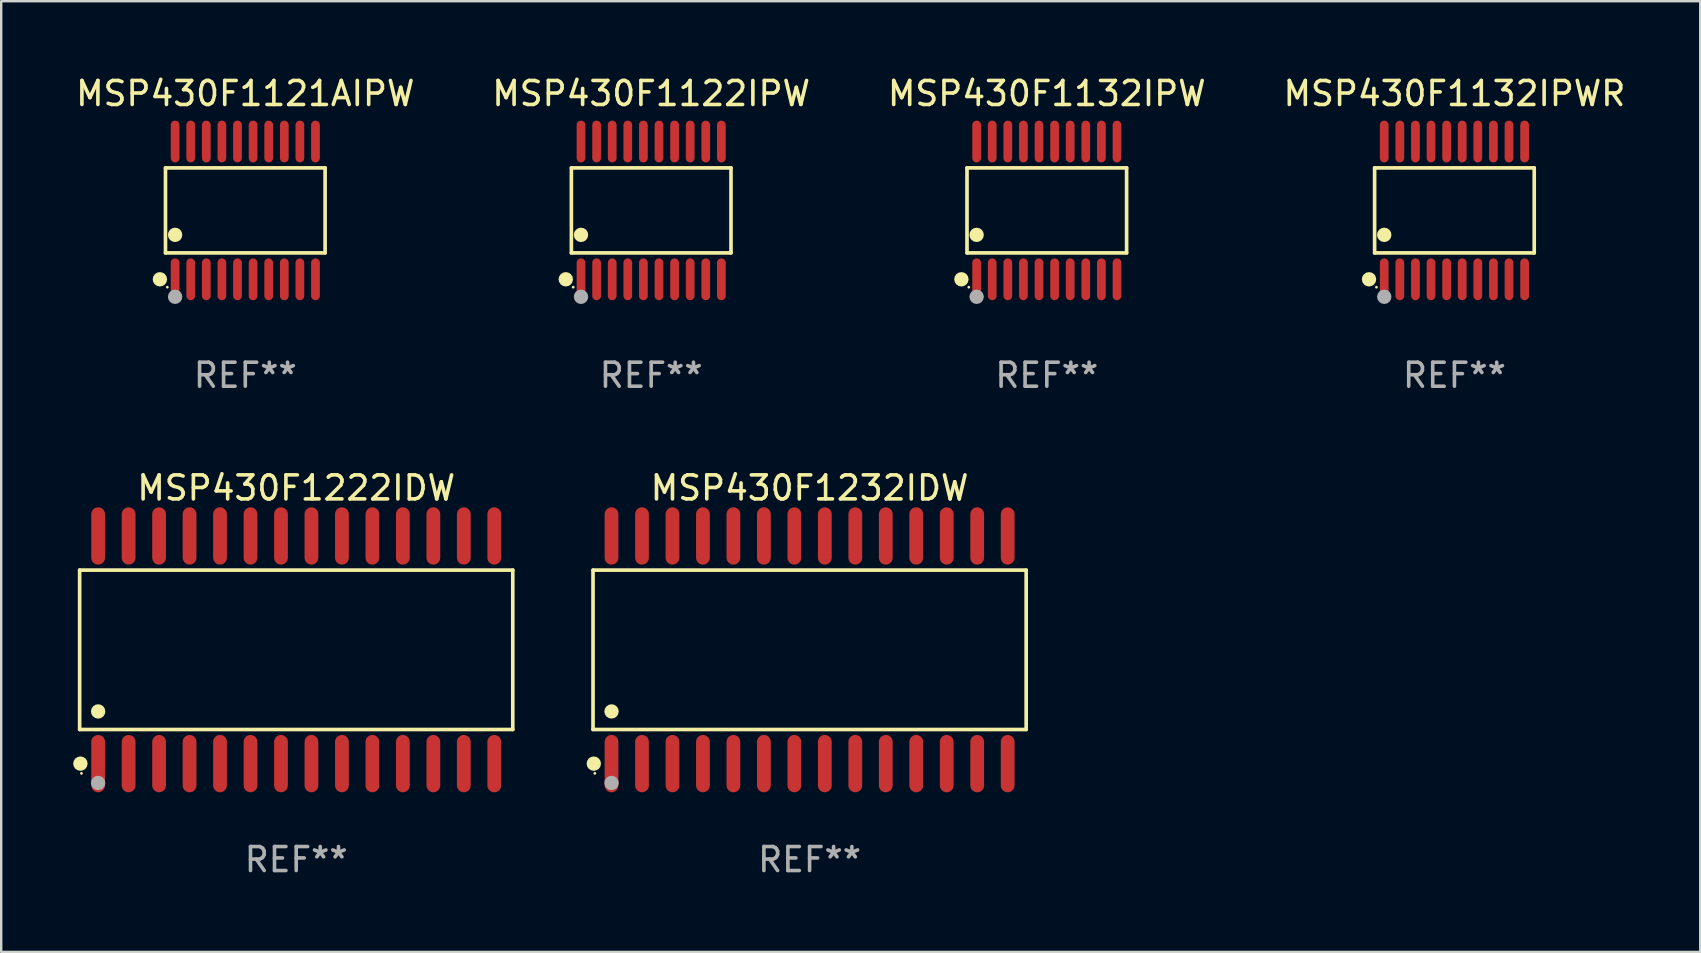
<source format=kicad_pcb>
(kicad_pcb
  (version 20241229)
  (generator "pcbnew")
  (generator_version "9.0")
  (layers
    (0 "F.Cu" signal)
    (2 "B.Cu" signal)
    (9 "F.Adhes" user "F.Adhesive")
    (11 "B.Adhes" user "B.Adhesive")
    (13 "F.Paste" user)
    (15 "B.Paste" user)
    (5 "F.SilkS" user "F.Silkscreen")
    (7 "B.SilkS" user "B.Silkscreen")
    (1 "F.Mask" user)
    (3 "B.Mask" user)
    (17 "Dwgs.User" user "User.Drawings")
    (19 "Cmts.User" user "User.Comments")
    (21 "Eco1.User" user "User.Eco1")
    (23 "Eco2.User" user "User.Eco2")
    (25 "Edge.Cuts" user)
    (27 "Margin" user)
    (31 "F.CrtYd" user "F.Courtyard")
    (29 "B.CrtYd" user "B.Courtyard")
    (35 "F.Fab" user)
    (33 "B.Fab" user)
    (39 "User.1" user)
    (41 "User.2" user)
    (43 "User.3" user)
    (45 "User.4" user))
  (footprint "MSP430F1122IPW"
    (layer "F.Cu")
    (at 24.089 5.719)
    (property "Reference" "MSP430F1122IPW" (at 0 -4.871 0) (layer "F.SilkS") (effects (font (size 1 1) (thickness 0.15))))
    (attr through_hole)
    (fp_line (start -3.326 -1.771) (end 3.326 -1.771) (stroke (width 0.152) (type solid)) (layer "F.SilkS"))
    (fp_line (start -3.326 1.771) (end -3.326 -1.771) (stroke (width 0.152) (type solid)) (layer "F.SilkS"))
    (fp_line (start 3.326 -1.771) (end 3.326 1.771) (stroke (width 0.152) (type solid)) (layer "F.SilkS"))
    (fp_line (start 3.326 1.771) (end -3.326 1.771) (stroke (width 0.152) (type solid)) (layer "F.SilkS"))
    (fp_circle (center -3.559 2.871) (end -3.409 2.871) (stroke (width 0.3) (type solid)) (fill no) (layer "F.SilkS"))
    (fp_circle (center -3.25 3.2) (end -3.22 3.2) (stroke (width 0.06) (type solid)) (fill no) (layer "F.SilkS"))
    (fp_circle (center -2.925 1.019) (end -2.775 1.019) (stroke (width 0.3) (type solid)) (fill no) (layer "F.SilkS"))
    (fp_circle (center -2.925 3.6) (end -2.775 3.6) (stroke (width 0.3) (type solid)) (fill no) (layer "F.Fab"))
    (fp_text user "REF**" (at 0 6.871 0) (layer "F.Fab") (effects (font (size 1 1) (thickness 0.15))))
    (pad "1" smd oval (at -2.925 2.871) (size 0.364 1.742) (layers "F.Cu" "F.Mask" "F.Paste"))
    (pad "2" smd oval (at -2.275 2.871) (size 0.364 1.742) (layers "F.Cu" "F.Mask" "F.Paste"))
    (pad "3" smd oval (at -1.625 2.871) (size 0.364 1.742) (layers "F.Cu" "F.Mask" "F.Paste"))
    (pad "4" smd oval (at -0.975 2.871) (size 0.364 1.742) (layers "F.Cu" "F.Mask" "F.Paste"))
    (pad "5" smd oval (at -0.325 2.871) (size 0.364 1.742) (layers "F.Cu" "F.Mask" "F.Paste"))
    (pad "6" smd oval (at 0.325 2.871) (size 0.364 1.742) (layers "F.Cu" "F.Mask" "F.Paste"))
    (pad "7" smd oval (at 0.975 2.871) (size 0.364 1.742) (layers "F.Cu" "F.Mask" "F.Paste"))
    (pad "8" smd oval (at 1.625 2.871) (size 0.364 1.742) (layers "F.Cu" "F.Mask" "F.Paste"))
    (pad "9" smd oval (at 2.275 2.871) (size 0.364 1.742) (layers "F.Cu" "F.Mask" "F.Paste"))
    (pad "10" smd oval (at 2.925 2.871) (size 0.364 1.742) (layers "F.Cu" "F.Mask" "F.Paste"))
    (pad "11" smd oval (at 2.925 -2.871) (size 0.364 1.742) (layers "F.Cu" "F.Mask" "F.Paste"))
    (pad "12" smd oval (at 2.275 -2.871) (size 0.364 1.742) (layers "F.Cu" "F.Mask" "F.Paste"))
    (pad "13" smd oval (at 1.625 -2.871) (size 0.364 1.742) (layers "F.Cu" "F.Mask" "F.Paste"))
    (pad "14" smd oval (at 0.975 -2.871) (size 0.364 1.742) (layers "F.Cu" "F.Mask" "F.Paste"))
    (pad "15" smd oval (at 0.325 -2.871) (size 0.364 1.742) (layers "F.Cu" "F.Mask" "F.Paste"))
    (pad "16" smd oval (at -0.325 -2.871) (size 0.364 1.742) (layers "F.Cu" "F.Mask" "F.Paste"))
    (pad "17" smd oval (at -0.975 -2.871) (size 0.364 1.742) (layers "F.Cu" "F.Mask" "F.Paste"))
    (pad "18" smd oval (at -1.625 -2.871) (size 0.364 1.742) (layers "F.Cu" "F.Mask" "F.Paste"))
    (pad "19" smd oval (at -2.275 -2.871) (size 0.364 1.742) (layers "F.Cu" "F.Mask" "F.Paste"))
    (pad "20" smd oval (at -2.925 -2.871) (size 0.364 1.742) (layers "F.Cu" "F.Mask" "F.Paste")))
  (footprint "MSP430F1222IDW"
    (layer "F.Cu")
    (at 9.295 24.031)
    (property "Reference" "MSP430F1222IDW" (at 0 -6.744 0) (layer "F.SilkS") (effects (font (size 1 1) (thickness 0.15))))
    (attr through_hole)
    (fp_line (start -9.026 -3.321) (end 9.026 -3.321) (stroke (width 0.152) (type solid)) (layer "F.SilkS"))
    (fp_line (start -9.026 3.321) (end -9.026 -3.321) (stroke (width 0.152) (type solid)) (layer "F.SilkS"))
    (fp_line (start 9.026 -3.321) (end 9.026 3.321) (stroke (width 0.152) (type solid)) (layer "F.SilkS"))
    (fp_line (start 9.026 3.321) (end -9.026 3.321) (stroke (width 0.152) (type solid)) (layer "F.SilkS"))
    (fp_circle (center -8.994 4.744) (end -8.844 4.744) (stroke (width 0.3) (type solid)) (fill no) (layer "F.SilkS"))
    (fp_circle (center -8.95 5.15) (end -8.92 5.15) (stroke (width 0.06) (type solid)) (fill no) (layer "F.SilkS"))
    (fp_circle (center -8.255 2.569) (end -8.105 2.569) (stroke (width 0.3) (type solid)) (fill no) (layer "F.SilkS"))
    (fp_circle (center -8.255 5.55) (end -8.105 5.55) (stroke (width 0.3) (type solid)) (fill no) (layer "F.Fab"))
    (fp_text user "REF**" (at 0 8.744 0) (layer "F.Fab") (effects (font (size 1 1) (thickness 0.15))))
    (pad "1" smd oval (at -8.255 4.744) (size 0.574 2.388) (layers "F.Cu" "F.Mask" "F.Paste"))
    (pad "2" smd oval (at -6.985 4.744) (size 0.574 2.388) (layers "F.Cu" "F.Mask" "F.Paste"))
    (pad "3" smd oval (at -5.715 4.744) (size 0.574 2.388) (layers "F.Cu" "F.Mask" "F.Paste"))
    (pad "4" smd oval (at -4.445 4.744) (size 0.574 2.388) (layers "F.Cu" "F.Mask" "F.Paste"))
    (pad "5" smd oval (at -3.175 4.744) (size 0.574 2.388) (layers "F.Cu" "F.Mask" "F.Paste"))
    (pad "6" smd oval (at -1.905 4.744) (size 0.574 2.388) (layers "F.Cu" "F.Mask" "F.Paste"))
    (pad "7" smd oval (at -0.635 4.744) (size 0.574 2.388) (layers "F.Cu" "F.Mask" "F.Paste"))
    (pad "8" smd oval (at 0.635 4.744) (size 0.574 2.388) (layers "F.Cu" "F.Mask" "F.Paste"))
    (pad "9" smd oval (at 1.905 4.744) (size 0.574 2.388) (layers "F.Cu" "F.Mask" "F.Paste"))
    (pad "10" smd oval (at 3.175 4.744) (size 0.574 2.388) (layers "F.Cu" "F.Mask" "F.Paste"))
    (pad "11" smd oval (at 4.445 4.744) (size 0.574 2.388) (layers "F.Cu" "F.Mask" "F.Paste"))
    (pad "12" smd oval (at 5.715 4.744) (size 0.574 2.388) (layers "F.Cu" "F.Mask" "F.Paste"))
    (pad "13" smd oval (at 6.985 4.744) (size 0.574 2.388) (layers "F.Cu" "F.Mask" "F.Paste"))
    (pad "14" smd oval (at 8.255 4.744) (size 0.574 2.388) (layers "F.Cu" "F.Mask" "F.Paste"))
    (pad "15" smd oval (at 8.255 -4.744) (size 0.574 2.388) (layers "F.Cu" "F.Mask" "F.Paste"))
    (pad "16" smd oval (at 6.985 -4.744) (size 0.574 2.388) (layers "F.Cu" "F.Mask" "F.Paste"))
    (pad "17" smd oval (at 5.715 -4.744) (size 0.574 2.388) (layers "F.Cu" "F.Mask" "F.Paste"))
    (pad "18" smd oval (at 4.445 -4.744) (size 0.574 2.388) (layers "F.Cu" "F.Mask" "F.Paste"))
    (pad "19" smd oval (at 3.175 -4.744) (size 0.574 2.388) (layers "F.Cu" "F.Mask" "F.Paste"))
    (pad "20" smd oval (at 1.905 -4.744) (size 0.574 2.388) (layers "F.Cu" "F.Mask" "F.Paste"))
    (pad "21" smd oval (at 0.635 -4.744) (size 0.574 2.388) (layers "F.Cu" "F.Mask" "F.Paste"))
    (pad "22" smd oval (at -0.635 -4.744) (size 0.574 2.388) (layers "F.Cu" "F.Mask" "F.Paste"))
    (pad "23" smd oval (at -1.905 -4.744) (size 0.574 2.388) (layers "F.Cu" "F.Mask" "F.Paste"))
    (pad "24" smd oval (at -3.175 -4.744) (size 0.574 2.388) (layers "F.Cu" "F.Mask" "F.Paste"))
    (pad "25" smd oval (at -4.445 -4.744) (size 0.574 2.388) (layers "F.Cu" "F.Mask" "F.Paste"))
    (pad "26" smd oval (at -5.715 -4.744) (size 0.574 2.388) (layers "F.Cu" "F.Mask" "F.Paste"))
    (pad "27" smd oval (at -6.985 -4.744) (size 0.574 2.388) (layers "F.Cu" "F.Mask" "F.Paste"))
    (pad "28" smd oval (at -8.255 -4.744) (size 0.574 2.388) (layers "F.Cu" "F.Mask" "F.Paste")))
  (footprint "MSP430F1121AIPW"
    (layer "F.Cu")
    (at 7.173 5.719)
    (property "Reference" "MSP430F1121AIPW" (at 0 -4.871 0) (layer "F.SilkS") (effects (font (size 1 1) (thickness 0.15))))
    (attr through_hole)
    (fp_line (start -3.326 -1.771) (end 3.326 -1.771) (stroke (width 0.152) (type solid)) (layer "F.SilkS"))
    (fp_line (start -3.326 1.771) (end -3.326 -1.771) (stroke (width 0.152) (type solid)) (layer "F.SilkS"))
    (fp_line (start 3.326 -1.771) (end 3.326 1.771) (stroke (width 0.152) (type solid)) (layer "F.SilkS"))
    (fp_line (start 3.326 1.771) (end -3.326 1.771) (stroke (width 0.152) (type solid)) (layer "F.SilkS"))
    (fp_circle (center -3.559 2.871) (end -3.409 2.871) (stroke (width 0.3) (type solid)) (fill no) (layer "F.SilkS"))
    (fp_circle (center -3.25 3.2) (end -3.22 3.2) (stroke (width 0.06) (type solid)) (fill no) (layer "F.SilkS"))
    (fp_circle (center -2.925 1.019) (end -2.775 1.019) (stroke (width 0.3) (type solid)) (fill no) (layer "F.SilkS"))
    (fp_circle (center -2.925 3.6) (end -2.775 3.6) (stroke (width 0.3) (type solid)) (fill no) (layer "F.Fab"))
    (fp_text user "REF**" (at 0 6.871 0) (layer "F.Fab") (effects (font (size 1 1) (thickness 0.15))))
    (pad "1" smd oval (at -2.925 2.871) (size 0.364 1.742) (layers "F.Cu" "F.Mask" "F.Paste"))
    (pad "2" smd oval (at -2.275 2.871) (size 0.364 1.742) (layers "F.Cu" "F.Mask" "F.Paste"))
    (pad "3" smd oval (at -1.625 2.871) (size 0.364 1.742) (layers "F.Cu" "F.Mask" "F.Paste"))
    (pad "4" smd oval (at -0.975 2.871) (size 0.364 1.742) (layers "F.Cu" "F.Mask" "F.Paste"))
    (pad "5" smd oval (at -0.325 2.871) (size 0.364 1.742) (layers "F.Cu" "F.Mask" "F.Paste"))
    (pad "6" smd oval (at 0.325 2.871) (size 0.364 1.742) (layers "F.Cu" "F.Mask" "F.Paste"))
    (pad "7" smd oval (at 0.975 2.871) (size 0.364 1.742) (layers "F.Cu" "F.Mask" "F.Paste"))
    (pad "8" smd oval (at 1.625 2.871) (size 0.364 1.742) (layers "F.Cu" "F.Mask" "F.Paste"))
    (pad "9" smd oval (at 2.275 2.871) (size 0.364 1.742) (layers "F.Cu" "F.Mask" "F.Paste"))
    (pad "10" smd oval (at 2.925 2.871) (size 0.364 1.742) (layers "F.Cu" "F.Mask" "F.Paste"))
    (pad "11" smd oval (at 2.925 -2.871) (size 0.364 1.742) (layers "F.Cu" "F.Mask" "F.Paste"))
    (pad "12" smd oval (at 2.275 -2.871) (size 0.364 1.742) (layers "F.Cu" "F.Mask" "F.Paste"))
    (pad "13" smd oval (at 1.625 -2.871) (size 0.364 1.742) (layers "F.Cu" "F.Mask" "F.Paste"))
    (pad "14" smd oval (at 0.975 -2.871) (size 0.364 1.742) (layers "F.Cu" "F.Mask" "F.Paste"))
    (pad "15" smd oval (at 0.325 -2.871) (size 0.364 1.742) (layers "F.Cu" "F.Mask" "F.Paste"))
    (pad "16" smd oval (at -0.325 -2.871) (size 0.364 1.742) (layers "F.Cu" "F.Mask" "F.Paste"))
    (pad "17" smd oval (at -0.975 -2.871) (size 0.364 1.742) (layers "F.Cu" "F.Mask" "F.Paste"))
    (pad "18" smd oval (at -1.625 -2.871) (size 0.364 1.742) (layers "F.Cu" "F.Mask" "F.Paste"))
    (pad "19" smd oval (at -2.275 -2.871) (size 0.364 1.742) (layers "F.Cu" "F.Mask" "F.Paste"))
    (pad "20" smd oval (at -2.925 -2.871) (size 0.364 1.742) (layers "F.Cu" "F.Mask" "F.Paste")))
  (footprint "MSP430F1132IPWR"
    (layer "F.Cu")
    (at 57.565 5.719)
    (property "Reference" "MSP430F1132IPWR" (at 0 -4.871 0) (layer "F.SilkS") (effects (font (size 1 1) (thickness 0.15))))
    (attr through_hole)
    (fp_line (start -3.326 -1.771) (end 3.326 -1.771) (stroke (width 0.152) (type solid)) (layer "F.SilkS"))
    (fp_line (start -3.326 1.771) (end -3.326 -1.771) (stroke (width 0.152) (type solid)) (layer "F.SilkS"))
    (fp_line (start 3.326 -1.771) (end 3.326 1.771) (stroke (width 0.152) (type solid)) (layer "F.SilkS"))
    (fp_line (start 3.326 1.771) (end -3.326 1.771) (stroke (width 0.152) (type solid)) (layer "F.SilkS"))
    (fp_circle (center -3.559 2.871) (end -3.409 2.871) (stroke (width 0.3) (type solid)) (fill no) (layer "F.SilkS"))
    (fp_circle (center -3.25 3.2) (end -3.22 3.2) (stroke (width 0.06) (type solid)) (fill no) (layer "F.SilkS"))
    (fp_circle (center -2.925 1.019) (end -2.775 1.019) (stroke (width 0.3) (type solid)) (fill no) (layer "F.SilkS"))
    (fp_circle (center -2.925 3.6) (end -2.775 3.6) (stroke (width 0.3) (type solid)) (fill no) (layer "F.Fab"))
    (fp_text user "REF**" (at 0 6.871 0) (layer "F.Fab") (effects (font (size 1 1) (thickness 0.15))))
    (pad "1" smd oval (at -2.925 2.871) (size 0.364 1.742) (layers "F.Cu" "F.Mask" "F.Paste"))
    (pad "2" smd oval (at -2.275 2.871) (size 0.364 1.742) (layers "F.Cu" "F.Mask" "F.Paste"))
    (pad "3" smd oval (at -1.625 2.871) (size 0.364 1.742) (layers "F.Cu" "F.Mask" "F.Paste"))
    (pad "4" smd oval (at -0.975 2.871) (size 0.364 1.742) (layers "F.Cu" "F.Mask" "F.Paste"))
    (pad "5" smd oval (at -0.325 2.871) (size 0.364 1.742) (layers "F.Cu" "F.Mask" "F.Paste"))
    (pad "6" smd oval (at 0.325 2.871) (size 0.364 1.742) (layers "F.Cu" "F.Mask" "F.Paste"))
    (pad "7" smd oval (at 0.975 2.871) (size 0.364 1.742) (layers "F.Cu" "F.Mask" "F.Paste"))
    (pad "8" smd oval (at 1.625 2.871) (size 0.364 1.742) (layers "F.Cu" "F.Mask" "F.Paste"))
    (pad "9" smd oval (at 2.275 2.871) (size 0.364 1.742) (layers "F.Cu" "F.Mask" "F.Paste"))
    (pad "10" smd oval (at 2.925 2.871) (size 0.364 1.742) (layers "F.Cu" "F.Mask" "F.Paste"))
    (pad "11" smd oval (at 2.925 -2.871) (size 0.364 1.742) (layers "F.Cu" "F.Mask" "F.Paste"))
    (pad "12" smd oval (at 2.275 -2.871) (size 0.364 1.742) (layers "F.Cu" "F.Mask" "F.Paste"))
    (pad "13" smd oval (at 1.625 -2.871) (size 0.364 1.742) (layers "F.Cu" "F.Mask" "F.Paste"))
    (pad "14" smd oval (at 0.975 -2.871) (size 0.364 1.742) (layers "F.Cu" "F.Mask" "F.Paste"))
    (pad "15" smd oval (at 0.325 -2.871) (size 0.364 1.742) (layers "F.Cu" "F.Mask" "F.Paste"))
    (pad "16" smd oval (at -0.325 -2.871) (size 0.364 1.742) (layers "F.Cu" "F.Mask" "F.Paste"))
    (pad "17" smd oval (at -0.975 -2.871) (size 0.364 1.742) (layers "F.Cu" "F.Mask" "F.Paste"))
    (pad "18" smd oval (at -1.625 -2.871) (size 0.364 1.742) (layers "F.Cu" "F.Mask" "F.Paste"))
    (pad "19" smd oval (at -2.275 -2.871) (size 0.364 1.742) (layers "F.Cu" "F.Mask" "F.Paste"))
    (pad "20" smd oval (at -2.925 -2.871) (size 0.364 1.742) (layers "F.Cu" "F.Mask" "F.Paste")))
  (footprint "MSP430F1232IDW"
    (layer "F.Cu")
    (at 30.691 24.031)
    (property "Reference" "MSP430F1232IDW" (at 0 -6.744 0) (layer "F.SilkS") (effects (font (size 1 1) (thickness 0.15))))
    (attr through_hole)
    (fp_line (start -9.026 -3.321) (end 9.026 -3.321) (stroke (width 0.152) (type solid)) (layer "F.SilkS"))
    (fp_line (start -9.026 3.321) (end -9.026 -3.321) (stroke (width 0.152) (type solid)) (layer "F.SilkS"))
    (fp_line (start 9.026 -3.321) (end 9.026 3.321) (stroke (width 0.152) (type solid)) (layer "F.SilkS"))
    (fp_line (start 9.026 3.321) (end -9.026 3.321) (stroke (width 0.152) (type solid)) (layer "F.SilkS"))
    (fp_circle (center -8.994 4.744) (end -8.844 4.744) (stroke (width 0.3) (type solid)) (fill no) (layer "F.SilkS"))
    (fp_circle (center -8.95 5.15) (end -8.92 5.15) (stroke (width 0.06) (type solid)) (fill no) (layer "F.SilkS"))
    (fp_circle (center -8.255 2.569) (end -8.105 2.569) (stroke (width 0.3) (type solid)) (fill no) (layer "F.SilkS"))
    (fp_circle (center -8.255 5.55) (end -8.105 5.55) (stroke (width 0.3) (type solid)) (fill no) (layer "F.Fab"))
    (fp_text user "REF**" (at 0 8.744 0) (layer "F.Fab") (effects (font (size 1 1) (thickness 0.15))))
    (pad "1" smd oval (at -8.255 4.744) (size 0.574 2.388) (layers "F.Cu" "F.Mask" "F.Paste"))
    (pad "2" smd oval (at -6.985 4.744) (size 0.574 2.388) (layers "F.Cu" "F.Mask" "F.Paste"))
    (pad "3" smd oval (at -5.715 4.744) (size 0.574 2.388) (layers "F.Cu" "F.Mask" "F.Paste"))
    (pad "4" smd oval (at -4.445 4.744) (size 0.574 2.388) (layers "F.Cu" "F.Mask" "F.Paste"))
    (pad "5" smd oval (at -3.175 4.744) (size 0.574 2.388) (layers "F.Cu" "F.Mask" "F.Paste"))
    (pad "6" smd oval (at -1.905 4.744) (size 0.574 2.388) (layers "F.Cu" "F.Mask" "F.Paste"))
    (pad "7" smd oval (at -0.635 4.744) (size 0.574 2.388) (layers "F.Cu" "F.Mask" "F.Paste"))
    (pad "8" smd oval (at 0.635 4.744) (size 0.574 2.388) (layers "F.Cu" "F.Mask" "F.Paste"))
    (pad "9" smd oval (at 1.905 4.744) (size 0.574 2.388) (layers "F.Cu" "F.Mask" "F.Paste"))
    (pad "10" smd oval (at 3.175 4.744) (size 0.574 2.388) (layers "F.Cu" "F.Mask" "F.Paste"))
    (pad "11" smd oval (at 4.445 4.744) (size 0.574 2.388) (layers "F.Cu" "F.Mask" "F.Paste"))
    (pad "12" smd oval (at 5.715 4.744) (size 0.574 2.388) (layers "F.Cu" "F.Mask" "F.Paste"))
    (pad "13" smd oval (at 6.985 4.744) (size 0.574 2.388) (layers "F.Cu" "F.Mask" "F.Paste"))
    (pad "14" smd oval (at 8.255 4.744) (size 0.574 2.388) (layers "F.Cu" "F.Mask" "F.Paste"))
    (pad "15" smd oval (at 8.255 -4.744) (size 0.574 2.388) (layers "F.Cu" "F.Mask" "F.Paste"))
    (pad "16" smd oval (at 6.985 -4.744) (size 0.574 2.388) (layers "F.Cu" "F.Mask" "F.Paste"))
    (pad "17" smd oval (at 5.715 -4.744) (size 0.574 2.388) (layers "F.Cu" "F.Mask" "F.Paste"))
    (pad "18" smd oval (at 4.445 -4.744) (size 0.574 2.388) (layers "F.Cu" "F.Mask" "F.Paste"))
    (pad "19" smd oval (at 3.175 -4.744) (size 0.574 2.388) (layers "F.Cu" "F.Mask" "F.Paste"))
    (pad "20" smd oval (at 1.905 -4.744) (size 0.574 2.388) (layers "F.Cu" "F.Mask" "F.Paste"))
    (pad "21" smd oval (at 0.635 -4.744) (size 0.574 2.388) (layers "F.Cu" "F.Mask" "F.Paste"))
    (pad "22" smd oval (at -0.635 -4.744) (size 0.574 2.388) (layers "F.Cu" "F.Mask" "F.Paste"))
    (pad "23" smd oval (at -1.905 -4.744) (size 0.574 2.388) (layers "F.Cu" "F.Mask" "F.Paste"))
    (pad "24" smd oval (at -3.175 -4.744) (size 0.574 2.388) (layers "F.Cu" "F.Mask" "F.Paste"))
    (pad "25" smd oval (at -4.445 -4.744) (size 0.574 2.388) (layers "F.Cu" "F.Mask" "F.Paste"))
    (pad "26" smd oval (at -5.715 -4.744) (size 0.574 2.388) (layers "F.Cu" "F.Mask" "F.Paste"))
    (pad "27" smd oval (at -6.985 -4.744) (size 0.574 2.388) (layers "F.Cu" "F.Mask" "F.Paste"))
    (pad "28" smd oval (at -8.255 -4.744) (size 0.574 2.388) (layers "F.Cu" "F.Mask" "F.Paste")))
  (footprint "MSP430F1132IPW"
    (layer "F.Cu")
    (at 40.577 5.719)
    (property "Reference" "MSP430F1132IPW" (at 0 -4.871 0) (layer "F.SilkS") (effects (font (size 1 1) (thickness 0.15))))
    (attr through_hole)
    (fp_line (start -3.326 -1.771) (end 3.326 -1.771) (stroke (width 0.152) (type solid)) (layer "F.SilkS"))
    (fp_line (start -3.326 1.771) (end -3.326 -1.771) (stroke (width 0.152) (type solid)) (layer "F.SilkS"))
    (fp_line (start 3.326 -1.771) (end 3.326 1.771) (stroke (width 0.152) (type solid)) (layer "F.SilkS"))
    (fp_line (start 3.326 1.771) (end -3.326 1.771) (stroke (width 0.152) (type solid)) (layer "F.SilkS"))
    (fp_circle (center -3.559 2.871) (end -3.409 2.871) (stroke (width 0.3) (type solid)) (fill no) (layer "F.SilkS"))
    (fp_circle (center -3.25 3.2) (end -3.22 3.2) (stroke (width 0.06) (type solid)) (fill no) (layer "F.SilkS"))
    (fp_circle (center -2.925 1.019) (end -2.775 1.019) (stroke (width 0.3) (type solid)) (fill no) (layer "F.SilkS"))
    (fp_circle (center -2.925 3.6) (end -2.775 3.6) (stroke (width 0.3) (type solid)) (fill no) (layer "F.Fab"))
    (fp_text user "REF**" (at 0 6.871 0) (layer "F.Fab") (effects (font (size 1 1) (thickness 0.15))))
    (pad "1" smd oval (at -2.925 2.871) (size 0.364 1.742) (layers "F.Cu" "F.Mask" "F.Paste"))
    (pad "2" smd oval (at -2.275 2.871) (size 0.364 1.742) (layers "F.Cu" "F.Mask" "F.Paste"))
    (pad "3" smd oval (at -1.625 2.871) (size 0.364 1.742) (layers "F.Cu" "F.Mask" "F.Paste"))
    (pad "4" smd oval (at -0.975 2.871) (size 0.364 1.742) (layers "F.Cu" "F.Mask" "F.Paste"))
    (pad "5" smd oval (at -0.325 2.871) (size 0.364 1.742) (layers "F.Cu" "F.Mask" "F.Paste"))
    (pad "6" smd oval (at 0.325 2.871) (size 0.364 1.742) (layers "F.Cu" "F.Mask" "F.Paste"))
    (pad "7" smd oval (at 0.975 2.871) (size 0.364 1.742) (layers "F.Cu" "F.Mask" "F.Paste"))
    (pad "8" smd oval (at 1.625 2.871) (size 0.364 1.742) (layers "F.Cu" "F.Mask" "F.Paste"))
    (pad "9" smd oval (at 2.275 2.871) (size 0.364 1.742) (layers "F.Cu" "F.Mask" "F.Paste"))
    (pad "10" smd oval (at 2.925 2.871) (size 0.364 1.742) (layers "F.Cu" "F.Mask" "F.Paste"))
    (pad "11" smd oval (at 2.925 -2.871) (size 0.364 1.742) (layers "F.Cu" "F.Mask" "F.Paste"))
    (pad "12" smd oval (at 2.275 -2.871) (size 0.364 1.742) (layers "F.Cu" "F.Mask" "F.Paste"))
    (pad "13" smd oval (at 1.625 -2.871) (size 0.364 1.742) (layers "F.Cu" "F.Mask" "F.Paste"))
    (pad "14" smd oval (at 0.975 -2.871) (size 0.364 1.742) (layers "F.Cu" "F.Mask" "F.Paste"))
    (pad "15" smd oval (at 0.325 -2.871) (size 0.364 1.742) (layers "F.Cu" "F.Mask" "F.Paste"))
    (pad "16" smd oval (at -0.325 -2.871) (size 0.364 1.742) (layers "F.Cu" "F.Mask" "F.Paste"))
    (pad "17" smd oval (at -0.975 -2.871) (size 0.364 1.742) (layers "F.Cu" "F.Mask" "F.Paste"))
    (pad "18" smd oval (at -1.625 -2.871) (size 0.364 1.742) (layers "F.Cu" "F.Mask" "F.Paste"))
    (pad "19" smd oval (at -2.275 -2.871) (size 0.364 1.742) (layers "F.Cu" "F.Mask" "F.Paste"))
    (pad "20" smd oval (at -2.925 -2.871) (size 0.364 1.742) (layers "F.Cu" "F.Mask" "F.Paste")))
  (gr_rect
    (start -3 -3)
    (end 67.81 36.623)
    (stroke (width 0.1) (type default))
    (fill no)
    (layer "Edge.Cuts")))
</source>
